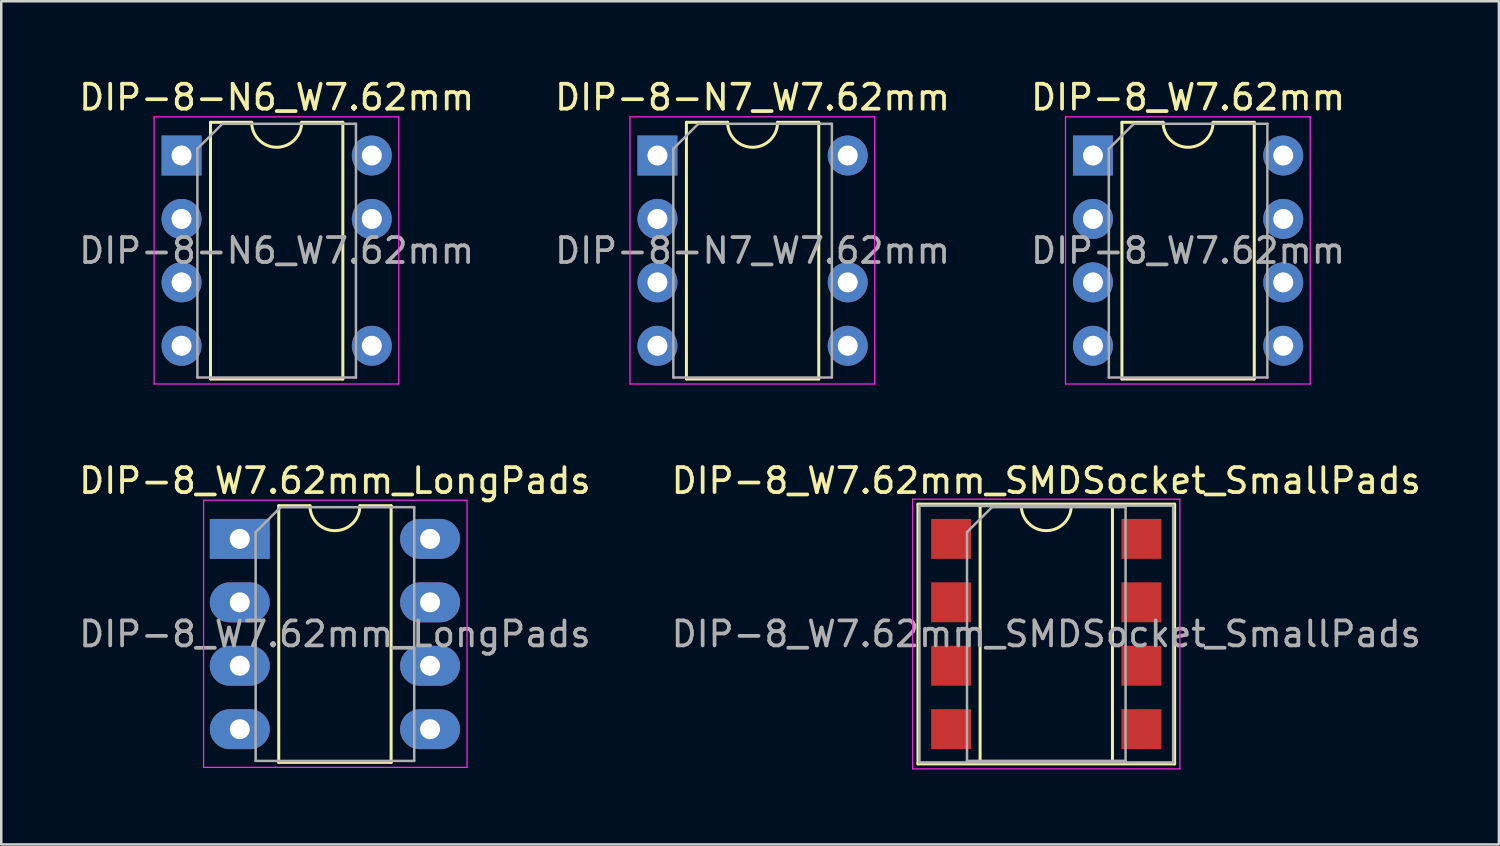
<source format=kicad_pcb>
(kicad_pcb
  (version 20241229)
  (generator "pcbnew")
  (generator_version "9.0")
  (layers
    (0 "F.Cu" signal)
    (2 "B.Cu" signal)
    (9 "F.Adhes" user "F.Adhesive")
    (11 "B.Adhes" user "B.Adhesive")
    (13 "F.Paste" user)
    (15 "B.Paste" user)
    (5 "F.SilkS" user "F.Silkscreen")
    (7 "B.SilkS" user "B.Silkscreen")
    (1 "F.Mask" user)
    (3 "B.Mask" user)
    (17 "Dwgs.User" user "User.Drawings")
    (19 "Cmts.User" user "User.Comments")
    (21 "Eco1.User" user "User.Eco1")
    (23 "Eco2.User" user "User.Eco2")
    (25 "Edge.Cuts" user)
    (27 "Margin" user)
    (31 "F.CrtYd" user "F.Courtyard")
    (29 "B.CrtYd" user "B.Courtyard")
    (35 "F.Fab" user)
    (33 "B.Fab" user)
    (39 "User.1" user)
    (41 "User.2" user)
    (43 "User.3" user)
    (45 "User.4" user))
  (footprint "DIP-8_W7.62mm_LongPads"
    (layer "F.Cu")
    (at 6.553 18.532)
    (property "Reference" "DIP-8_W7.62mm_LongPads" (at 3.81 -2.33 0) (layer "F.SilkS") (effects (font (size 1 1) (thickness 0.15))))
    (attr through_hole)
    (fp_line (start 1.56 -1.33) (end 1.56 8.95) (stroke (width 0.12) (type solid)) (layer "F.SilkS"))
    (fp_line (start 1.56 8.95) (end 6.06 8.95) (stroke (width 0.12) (type solid)) (layer "F.SilkS"))
    (fp_line (start 2.81 -1.33) (end 1.56 -1.33) (stroke (width 0.12) (type solid)) (layer "F.SilkS"))
    (fp_line (start 6.06 -1.33) (end 4.81 -1.33) (stroke (width 0.12) (type solid)) (layer "F.SilkS"))
    (fp_line (start 6.06 8.95) (end 6.06 -1.33) (stroke (width 0.12) (type solid)) (layer "F.SilkS"))
    (fp_arc (start 4.81 -1.33) (mid 3.81 -0.33) (end 2.81 -1.33) (stroke (width 0.12) (type solid)) (layer "F.SilkS"))
    (fp_line (start -1.45 -1.55) (end -1.45 9.15) (stroke (width 0.05) (type solid)) (layer "F.CrtYd"))
    (fp_line (start -1.45 9.15) (end 9.1 9.15) (stroke (width 0.05) (type solid)) (layer "F.CrtYd"))
    (fp_line (start 9.1 -1.55) (end -1.45 -1.55) (stroke (width 0.05) (type solid)) (layer "F.CrtYd"))
    (fp_line (start 9.1 9.15) (end 9.1 -1.55) (stroke (width 0.05) (type solid)) (layer "F.CrtYd"))
    (fp_line (start 0.635 -0.27) (end 1.635 -1.27) (stroke (width 0.1) (type solid)) (layer "F.Fab"))
    (fp_line (start 0.635 8.89) (end 0.635 -0.27) (stroke (width 0.1) (type solid)) (layer "F.Fab"))
    (fp_line (start 1.635 -1.27) (end 6.985 -1.27) (stroke (width 0.1) (type solid)) (layer "F.Fab"))
    (fp_line (start 6.985 -1.27) (end 6.985 8.89) (stroke (width 0.1) (type solid)) (layer "F.Fab"))
    (fp_line (start 6.985 8.89) (end 0.635 8.89) (stroke (width 0.1) (type solid)) (layer "F.Fab"))
    (fp_text user "${REFERENCE}" (at 3.81 3.81 0) (layer "F.Fab") (effects (font (size 1 1) (thickness 0.15))))
    (pad "1" thru_hole rect (at 0 0) (size 2.4 1.6) (drill 0.8) (layers "*.Cu" "*.Mask"))
    (pad "2" thru_hole oval (at 0 2.54) (size 2.4 1.6) (drill 0.8) (layers "*.Cu" "*.Mask"))
    (pad "3" thru_hole oval (at 0 5.08) (size 2.4 1.6) (drill 0.8) (layers "*.Cu" "*.Mask"))
    (pad "4" thru_hole oval (at 0 7.62) (size 2.4 1.6) (drill 0.8) (layers "*.Cu" "*.Mask"))
    (pad "5" thru_hole oval (at 7.62 7.62) (size 2.4 1.6) (drill 0.8) (layers "*.Cu" "*.Mask"))
    (pad "6" thru_hole oval (at 7.62 5.08) (size 2.4 1.6) (drill 0.8) (layers "*.Cu" "*.Mask"))
    (pad "7" thru_hole oval (at 7.62 2.54) (size 2.4 1.6) (drill 0.8) (layers "*.Cu" "*.Mask"))
    (pad "8" thru_hole oval (at 7.62 0) (size 2.4 1.6) (drill 0.8) (layers "*.Cu" "*.Mask")))
  (footprint "DIP-8_W7.62mm"
    (layer "F.Cu")
    (at 40.72 3.178)
    (property "Reference" "DIP-8_W7.62mm" (at 3.81 -2.33 0) (layer "F.SilkS") (effects (font (size 1 1) (thickness 0.15))))
    (attr through_hole)
    (fp_line (start 1.16 -1.33) (end 1.16 8.95) (stroke (width 0.12) (type solid)) (layer "F.SilkS"))
    (fp_line (start 1.16 8.95) (end 6.46 8.95) (stroke (width 0.12) (type solid)) (layer "F.SilkS"))
    (fp_line (start 2.81 -1.33) (end 1.16 -1.33) (stroke (width 0.12) (type solid)) (layer "F.SilkS"))
    (fp_line (start 6.46 -1.33) (end 4.81 -1.33) (stroke (width 0.12) (type solid)) (layer "F.SilkS"))
    (fp_line (start 6.46 8.95) (end 6.46 -1.33) (stroke (width 0.12) (type solid)) (layer "F.SilkS"))
    (fp_arc (start 4.81 -1.33) (mid 3.81 -0.33) (end 2.81 -1.33) (stroke (width 0.12) (type solid)) (layer "F.SilkS"))
    (fp_line (start -1.1 -1.55) (end -1.1 9.15) (stroke (width 0.05) (type solid)) (layer "F.CrtYd"))
    (fp_line (start -1.1 9.15) (end 8.7 9.15) (stroke (width 0.05) (type solid)) (layer "F.CrtYd"))
    (fp_line (start 8.7 -1.55) (end -1.1 -1.55) (stroke (width 0.05) (type solid)) (layer "F.CrtYd"))
    (fp_line (start 8.7 9.15) (end 8.7 -1.55) (stroke (width 0.05) (type solid)) (layer "F.CrtYd"))
    (fp_line (start 0.635 -0.27) (end 1.635 -1.27) (stroke (width 0.1) (type solid)) (layer "F.Fab"))
    (fp_line (start 0.635 8.89) (end 0.635 -0.27) (stroke (width 0.1) (type solid)) (layer "F.Fab"))
    (fp_line (start 1.635 -1.27) (end 6.985 -1.27) (stroke (width 0.1) (type solid)) (layer "F.Fab"))
    (fp_line (start 6.985 -1.27) (end 6.985 8.89) (stroke (width 0.1) (type solid)) (layer "F.Fab"))
    (fp_line (start 6.985 8.89) (end 0.635 8.89) (stroke (width 0.1) (type solid)) (layer "F.Fab"))
    (fp_text user "${REFERENCE}" (at 3.81 3.81 0) (layer "F.Fab") (effects (font (size 1 1) (thickness 0.15))))
    (pad "1" thru_hole rect (at 0 0) (size 1.6 1.6) (drill 0.8) (layers "*.Cu" "*.Mask"))
    (pad "2" thru_hole oval (at 0 2.54) (size 1.6 1.6) (drill 0.8) (layers "*.Cu" "*.Mask"))
    (pad "3" thru_hole oval (at 0 5.08) (size 1.6 1.6) (drill 0.8) (layers "*.Cu" "*.Mask"))
    (pad "4" thru_hole oval (at 0 7.62) (size 1.6 1.6) (drill 0.8) (layers "*.Cu" "*.Mask"))
    (pad "5" thru_hole oval (at 7.62 7.62) (size 1.6 1.6) (drill 0.8) (layers "*.Cu" "*.Mask"))
    (pad "6" thru_hole oval (at 7.62 5.08) (size 1.6 1.6) (drill 0.8) (layers "*.Cu" "*.Mask"))
    (pad "7" thru_hole oval (at 7.62 2.54) (size 1.6 1.6) (drill 0.8) (layers "*.Cu" "*.Mask"))
    (pad "8" thru_hole oval (at 7.62 0) (size 1.6 1.6) (drill 0.8) (layers "*.Cu" "*.Mask")))
  (footprint "DIP-8-N6_W7.62mm"
    (layer "F.Cu")
    (at 4.22 3.178)
    (property "Reference" "DIP-8-N6_W7.62mm" (at 3.81 -2.33 0) (layer "F.SilkS") (effects (font (size 1 1) (thickness 0.15))))
    (attr through_hole)
    (fp_line (start 1.16 -1.33) (end 1.16 8.95) (stroke (width 0.12) (type solid)) (layer "F.SilkS"))
    (fp_line (start 1.16 8.95) (end 6.46 8.95) (stroke (width 0.12) (type solid)) (layer "F.SilkS"))
    (fp_line (start 2.81 -1.33) (end 1.16 -1.33) (stroke (width 0.12) (type solid)) (layer "F.SilkS"))
    (fp_line (start 6.46 -1.33) (end 4.81 -1.33) (stroke (width 0.12) (type solid)) (layer "F.SilkS"))
    (fp_line (start 6.46 8.95) (end 6.46 -1.33) (stroke (width 0.12) (type solid)) (layer "F.SilkS"))
    (fp_arc (start 4.81 -1.33) (mid 3.81 -0.33) (end 2.81 -1.33) (stroke (width 0.12) (type solid)) (layer "F.SilkS"))
    (fp_line (start -1.1 -1.55) (end -1.1 9.15) (stroke (width 0.05) (type solid)) (layer "F.CrtYd"))
    (fp_line (start -1.1 9.15) (end 8.7 9.15) (stroke (width 0.05) (type solid)) (layer "F.CrtYd"))
    (fp_line (start 8.7 -1.55) (end -1.1 -1.55) (stroke (width 0.05) (type solid)) (layer "F.CrtYd"))
    (fp_line (start 8.7 9.15) (end 8.7 -1.55) (stroke (width 0.05) (type solid)) (layer "F.CrtYd"))
    (fp_line (start 0.635 -0.27) (end 1.635 -1.27) (stroke (width 0.1) (type solid)) (layer "F.Fab"))
    (fp_line (start 0.635 8.89) (end 0.635 -0.27) (stroke (width 0.1) (type solid)) (layer "F.Fab"))
    (fp_line (start 1.635 -1.27) (end 6.985 -1.27) (stroke (width 0.1) (type solid)) (layer "F.Fab"))
    (fp_line (start 6.985 -1.27) (end 6.985 8.89) (stroke (width 0.1) (type solid)) (layer "F.Fab"))
    (fp_line (start 6.985 8.89) (end 0.635 8.89) (stroke (width 0.1) (type solid)) (layer "F.Fab"))
    (fp_text user "${REFERENCE}" (at 3.81 3.81 0) (layer "F.Fab") (effects (font (size 1 1) (thickness 0.15))))
    (pad "1" thru_hole rect (at 0 0) (size 1.6 1.6) (drill 0.8) (layers "*.Cu" "*.Mask"))
    (pad "2" thru_hole oval (at 0 2.54) (size 1.6 1.6) (drill 0.8) (layers "*.Cu" "*.Mask"))
    (pad "3" thru_hole oval (at 0 5.08) (size 1.6 1.6) (drill 0.8) (layers "*.Cu" "*.Mask"))
    (pad "4" thru_hole oval (at 0 7.62) (size 1.6 1.6) (drill 0.8) (layers "*.Cu" "*.Mask"))
    (pad "5" thru_hole oval (at 7.62 7.62) (size 1.6 1.6) (drill 0.8) (layers "*.Cu" "*.Mask"))
    (pad "7" thru_hole oval (at 7.62 2.54) (size 1.6 1.6) (drill 0.8) (layers "*.Cu" "*.Mask"))
    (pad "8" thru_hole oval (at 7.62 0) (size 1.6 1.6) (drill 0.8) (layers "*.Cu" "*.Mask")))
  (footprint "DIP-8-N7_W7.62mm"
    (layer "F.Cu")
    (at 23.279 3.178)
    (property "Reference" "DIP-8-N7_W7.62mm" (at 3.81 -2.33 0) (layer "F.SilkS") (effects (font (size 1 1) (thickness 0.15))))
    (attr through_hole)
    (fp_line (start 1.16 -1.33) (end 1.16 8.95) (stroke (width 0.12) (type solid)) (layer "F.SilkS"))
    (fp_line (start 1.16 8.95) (end 6.46 8.95) (stroke (width 0.12) (type solid)) (layer "F.SilkS"))
    (fp_line (start 2.81 -1.33) (end 1.16 -1.33) (stroke (width 0.12) (type solid)) (layer "F.SilkS"))
    (fp_line (start 6.46 -1.33) (end 4.81 -1.33) (stroke (width 0.12) (type solid)) (layer "F.SilkS"))
    (fp_line (start 6.46 8.95) (end 6.46 -1.33) (stroke (width 0.12) (type solid)) (layer "F.SilkS"))
    (fp_arc (start 4.81 -1.33) (mid 3.81 -0.33) (end 2.81 -1.33) (stroke (width 0.12) (type solid)) (layer "F.SilkS"))
    (fp_line (start -1.1 -1.55) (end -1.1 9.15) (stroke (width 0.05) (type solid)) (layer "F.CrtYd"))
    (fp_line (start -1.1 9.15) (end 8.7 9.15) (stroke (width 0.05) (type solid)) (layer "F.CrtYd"))
    (fp_line (start 8.7 -1.55) (end -1.1 -1.55) (stroke (width 0.05) (type solid)) (layer "F.CrtYd"))
    (fp_line (start 8.7 9.15) (end 8.7 -1.55) (stroke (width 0.05) (type solid)) (layer "F.CrtYd"))
    (fp_line (start 0.635 -0.27) (end 1.635 -1.27) (stroke (width 0.1) (type solid)) (layer "F.Fab"))
    (fp_line (start 0.635 8.89) (end 0.635 -0.27) (stroke (width 0.1) (type solid)) (layer "F.Fab"))
    (fp_line (start 1.635 -1.27) (end 6.985 -1.27) (stroke (width 0.1) (type solid)) (layer "F.Fab"))
    (fp_line (start 6.985 -1.27) (end 6.985 8.89) (stroke (width 0.1) (type solid)) (layer "F.Fab"))
    (fp_line (start 6.985 8.89) (end 0.635 8.89) (stroke (width 0.1) (type solid)) (layer "F.Fab"))
    (fp_text user "${REFERENCE}" (at 3.81 3.81 0) (layer "F.Fab") (effects (font (size 1 1) (thickness 0.15))))
    (pad "1" thru_hole rect (at 0 0) (size 1.6 1.6) (drill 0.8) (layers "*.Cu" "*.Mask"))
    (pad "2" thru_hole oval (at 0 2.54) (size 1.6 1.6) (drill 0.8) (layers "*.Cu" "*.Mask"))
    (pad "3" thru_hole oval (at 0 5.08) (size 1.6 1.6) (drill 0.8) (layers "*.Cu" "*.Mask"))
    (pad "4" thru_hole oval (at 0 7.62) (size 1.6 1.6) (drill 0.8) (layers "*.Cu" "*.Mask"))
    (pad "5" thru_hole oval (at 7.62 7.62) (size 1.6 1.6) (drill 0.8) (layers "*.Cu" "*.Mask"))
    (pad "6" thru_hole oval (at 7.62 5.08) (size 1.6 1.6) (drill 0.8) (layers "*.Cu" "*.Mask"))
    (pad "8" thru_hole oval (at 7.62 0) (size 1.6 1.6) (drill 0.8) (layers "*.Cu" "*.Mask")))
  (footprint "DIP-8_W7.62mm_SMDSocket_SmallPads"
    (layer "F.Cu")
    (at 38.851 22.341)
    (property "Reference" "DIP-8_W7.62mm_SMDSocket_SmallPads" (at 0 -6.14 0) (layer "F.SilkS") (effects (font (size 1 1) (thickness 0.15))))
    (attr smd)
    (fp_line (start -5.14 -5.2) (end -5.14 5.2) (stroke (width 0.12) (type solid)) (layer "F.SilkS"))
    (fp_line (start -5.14 5.2) (end 5.14 5.2) (stroke (width 0.12) (type solid)) (layer "F.SilkS"))
    (fp_line (start -2.65 -5.14) (end -2.65 5.14) (stroke (width 0.12) (type solid)) (layer "F.SilkS"))
    (fp_line (start -2.65 5.14) (end 2.65 5.14) (stroke (width 0.12) (type solid)) (layer "F.SilkS"))
    (fp_line (start -1 -5.14) (end -2.65 -5.14) (stroke (width 0.12) (type solid)) (layer "F.SilkS"))
    (fp_line (start 2.65 -5.14) (end 1 -5.14) (stroke (width 0.12) (type solid)) (layer "F.SilkS"))
    (fp_line (start 2.65 5.14) (end 2.65 -5.14) (stroke (width 0.12) (type solid)) (layer "F.SilkS"))
    (fp_line (start 5.14 -5.2) (end -5.14 -5.2) (stroke (width 0.12) (type solid)) (layer "F.SilkS"))
    (fp_line (start 5.14 5.2) (end 5.14 -5.2) (stroke (width 0.12) (type solid)) (layer "F.SilkS"))
    (fp_arc (start 1 -5.14) (mid 0 -4.14) (end -1 -5.14) (stroke (width 0.12) (type solid)) (layer "F.SilkS"))
    (fp_line (start -5.35 -5.4) (end -5.35 5.4) (stroke (width 0.05) (type solid)) (layer "F.CrtYd"))
    (fp_line (start -5.35 5.4) (end 5.35 5.4) (stroke (width 0.05) (type solid)) (layer "F.CrtYd"))
    (fp_line (start 5.35 -5.4) (end -5.35 -5.4) (stroke (width 0.05) (type solid)) (layer "F.CrtYd"))
    (fp_line (start 5.35 5.4) (end 5.35 -5.4) (stroke (width 0.05) (type solid)) (layer "F.CrtYd"))
    (fp_line (start -5.08 -5.14) (end -5.08 5.14) (stroke (width 0.1) (type solid)) (layer "F.Fab"))
    (fp_line (start -5.08 5.14) (end 5.08 5.14) (stroke (width 0.1) (type solid)) (layer "F.Fab"))
    (fp_line (start -3.175 -4.08) (end -2.175 -5.08) (stroke (width 0.1) (type solid)) (layer "F.Fab"))
    (fp_line (start -3.175 5.08) (end -3.175 -4.08) (stroke (width 0.1) (type solid)) (layer "F.Fab"))
    (fp_line (start -2.175 -5.08) (end 3.175 -5.08) (stroke (width 0.1) (type solid)) (layer "F.Fab"))
    (fp_line (start 3.175 -5.08) (end 3.175 5.08) (stroke (width 0.1) (type solid)) (layer "F.Fab"))
    (fp_line (start 3.175 5.08) (end -3.175 5.08) (stroke (width 0.1) (type solid)) (layer "F.Fab"))
    (fp_line (start 5.08 -5.14) (end -5.08 -5.14) (stroke (width 0.1) (type solid)) (layer "F.Fab"))
    (fp_line (start 5.08 5.14) (end 5.08 -5.14) (stroke (width 0.1) (type solid)) (layer "F.Fab"))
    (fp_text user "${REFERENCE}" (at 0 0 0) (layer "F.Fab") (effects (font (size 1 1) (thickness 0.15))))
    (pad "1" smd rect (at -3.81 -3.81) (size 1.6 1.6) (layers "F.Cu" "F.Mask" "F.Paste"))
    (pad "2" smd rect (at -3.81 -1.27) (size 1.6 1.6) (layers "F.Cu" "F.Mask" "F.Paste"))
    (pad "3" smd rect (at -3.81 1.27) (size 1.6 1.6) (layers "F.Cu" "F.Mask" "F.Paste"))
    (pad "4" smd rect (at -3.81 3.81) (size 1.6 1.6) (layers "F.Cu" "F.Mask" "F.Paste"))
    (pad "5" smd rect (at 3.81 3.81) (size 1.6 1.6) (layers "F.Cu" "F.Mask" "F.Paste"))
    (pad "6" smd rect (at 3.81 1.27) (size 1.6 1.6) (layers "F.Cu" "F.Mask" "F.Paste"))
    (pad "7" smd rect (at 3.81 -1.27) (size 1.6 1.6) (layers "F.Cu" "F.Mask" "F.Paste"))
    (pad "8" smd rect (at 3.81 -3.81) (size 1.6 1.6) (layers "F.Cu" "F.Mask" "F.Paste")))
  (gr_rect
    (start -3 -3)
    (end 56.976 30.767)
    (stroke (width 0.1) (type default))
    (fill no)
    (layer "Edge.Cuts")))
</source>
